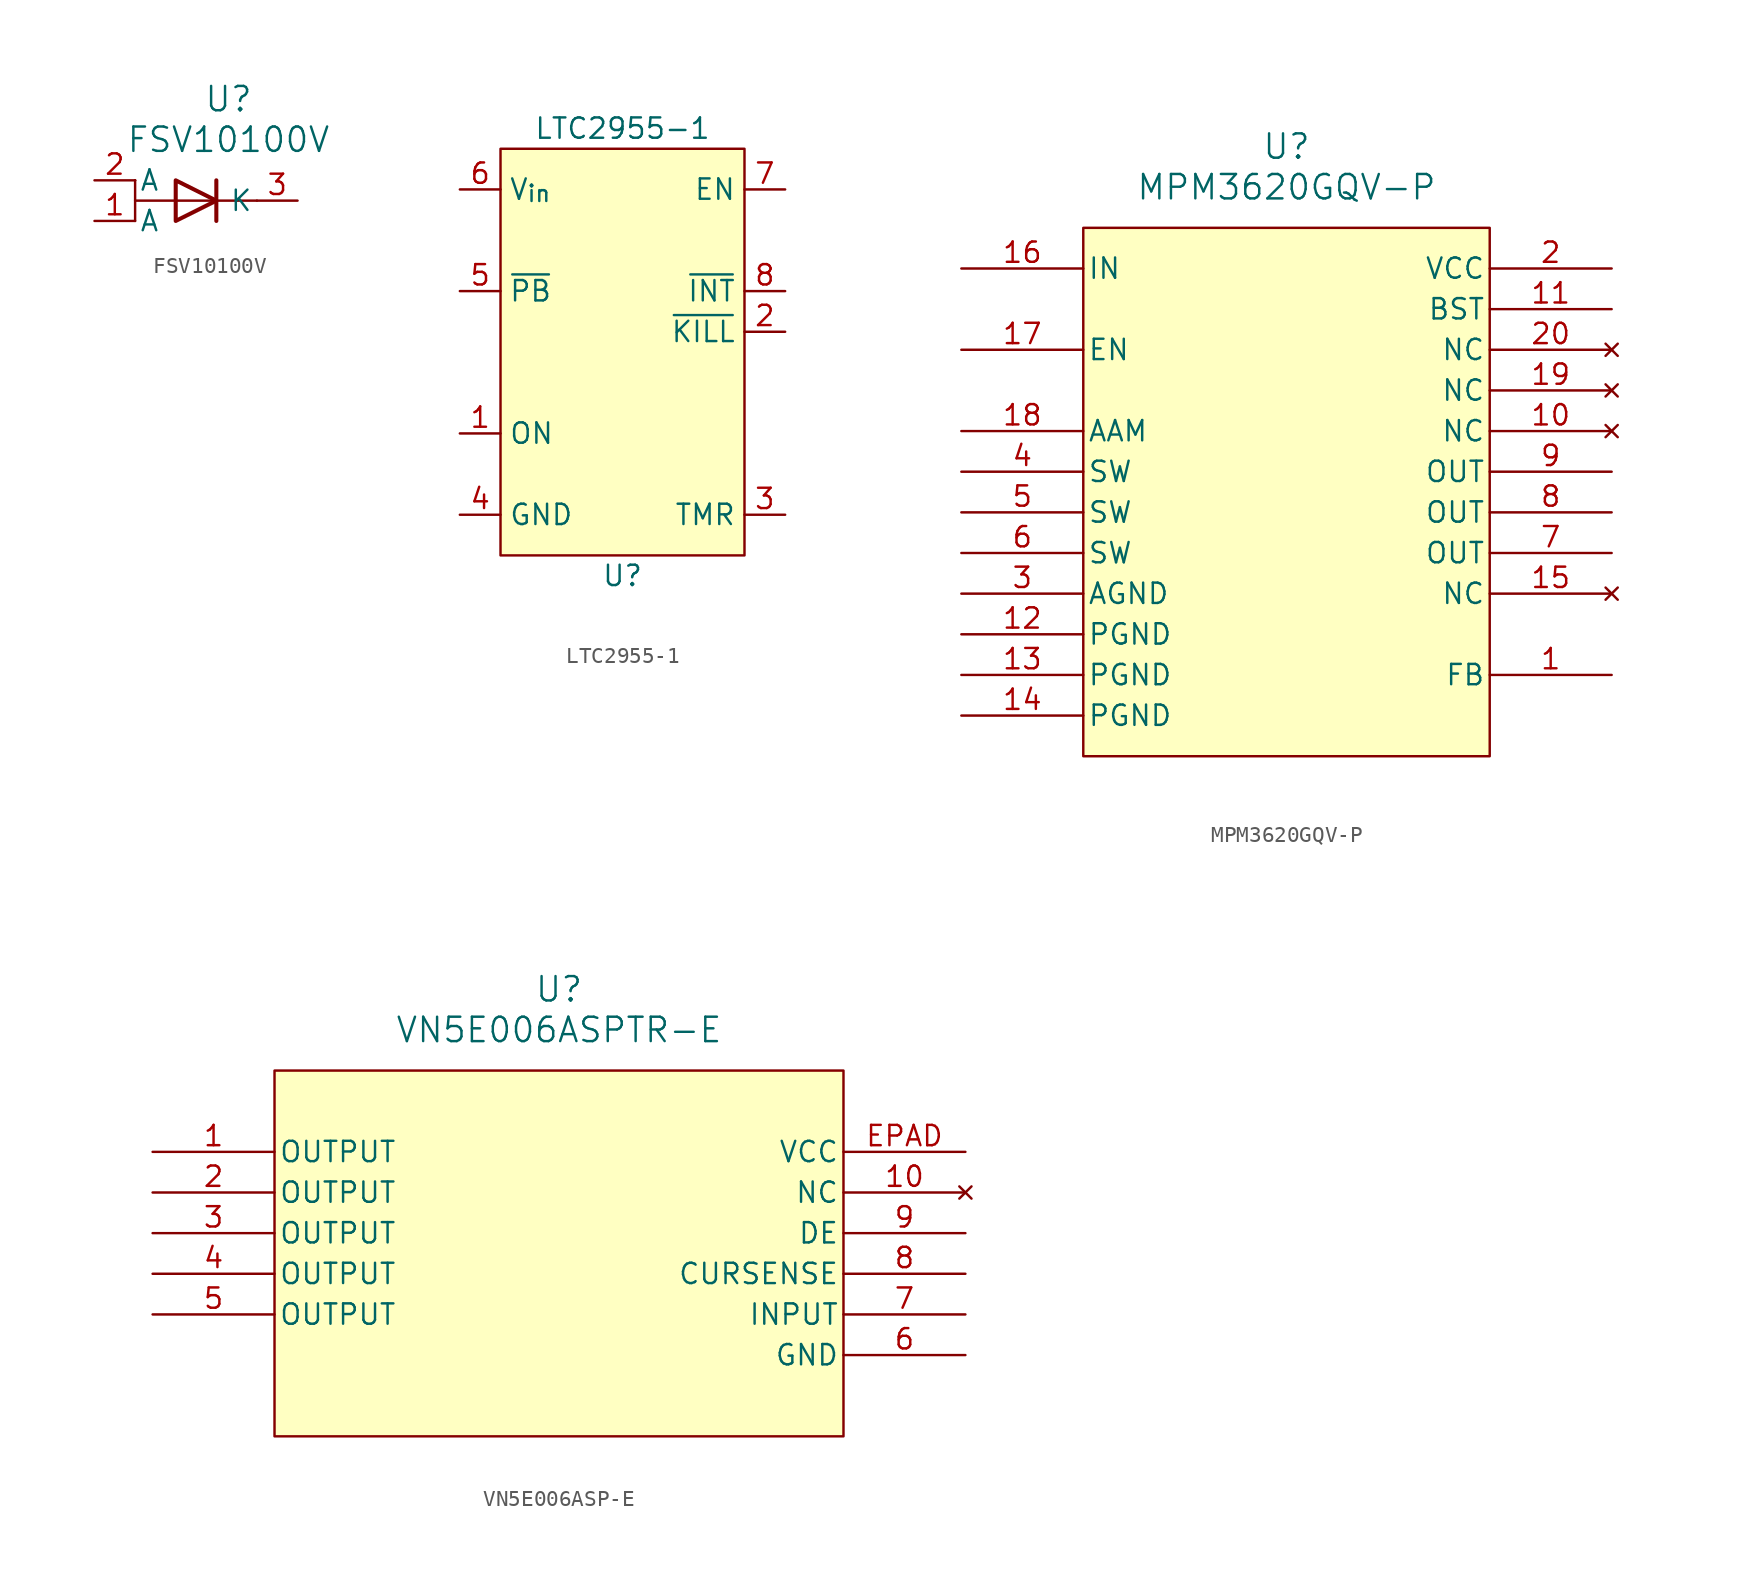
<source format=kicad_sym>
(kicad_symbol_lib
  (version 20231120)
  (generator "kicad_symbol_editor")
  (generator_version "8.0")
  (symbol "FSV10100V"
    (pin_names
      (offset 0.254))
    (property "Reference" "U"
      (at 8.382 7.62 0)
      (effects (font (size 1.524 1.524))))
    (property "Value" "FSV10100V"
      (at 8.382 5.08 0)
      (effects (font (size 1.524 1.524))))
    (symbol "FSV10100V_0_1"
      (polyline (pts (xy 2.54 1.27) (xy 5.08 1.27)) (stroke (width 0) (type default)) (fill (type none)))
      (polyline (pts (xy 2.54 2.54) (xy 2.54 0)) (stroke (width 0) (type default)) (fill (type none)))
      (polyline (pts (xy 2.54 2.54) (xy 2.54 2.54)) (stroke (width 0) (type default)) (fill (type none)))
      (polyline (pts (xy 5.08 1.27) (xy 7.62 1.27)) (stroke (width 0) (type default)) (fill (type none)))
      (polyline (pts (xy 7.62 2.54) (xy 7.62 0)) (stroke (width 0.254) (type default)) (fill (type none)))
      (polyline (pts (xy 10.16 1.27) (xy 7.62 1.27)) (stroke (width 0) (type default)) (fill (type none)))
      (polyline (pts (xy 5.08 2.54) (xy 5.08 0) (xy 7.62 1.27) (xy 5.08 2.54)) (stroke (width 0.254) (type default)) (fill (type none))))
    (symbol "FSV10100V_1_1"
      (pin passive line (at 0 0 0) (length 2.54) (name "A" (effects (font (size 1.27 1.27)))) (number "1" (effects (font (size 1.27 1.27)))))
      (pin passive line (at 0 2.54 0) (length 2.54) (name "A" (effects (font (size 1.27 1.27)))) (number "2" (effects (font (size 1.27 1.27)))))
      (pin passive line (at 12.7 1.27 180) (length 2.54) (name "K" (effects (font (size 1.27 1.27)))) (number "3" (effects (font (size 1.27 1.27)))))))
  (symbol "LTC2955-1"
    (property "Reference" "U"
      (at 0 -13.97 0)
      (effects (font (size 1.27 1.27))))
    (property "Value" "LTC2955-1"
      (at 0 13.97 0)
      (effects (font (size 1.27 1.27))))
    (symbol "LTC2955-1_1_1"
      (rectangle (start -7.62 12.7) (end 7.62 -12.7) (stroke (width 0) (type default)) (fill (type background)))
      (pin input line (at -10.16 -5.08 0) (length 2.54) (name "ON" (effects (font (size 1.27 1.27)))) (number "1" (effects (font (size 1.27 1.27)))))
      (pin input line (at 10.16 1.27 180) (length 2.54) (name "~{KILL}" (effects (font (size 1.27 1.27)))) (number "2" (effects (font (size 1.27 1.27)))))
      (pin bidirectional line (at 10.16 -10.16 180) (length 2.54) (name "TMR" (effects (font (size 1.27 1.27)))) (number "3" (effects (font (size 1.27 1.27)))))
      (pin power_in line (at -10.16 -10.16 0) (length 2.54) (name "GND" (effects (font (size 1.27 1.27)))) (number "4" (effects (font (size 1.27 1.27)))))
      (pin input line (at -10.16 3.81 0) (length 2.54) (name "~{PB}" (effects (font (size 1.27 1.27)))) (number "5" (effects (font (size 1.27 1.27)))))
      (pin power_in line (at -10.16 10.16 0) (length 2.54) (name "V_{in}" (effects (font (size 1.27 1.27)))) (number "6" (effects (font (size 1.27 1.27)))))
      (pin power_out line (at 10.16 10.16 180) (length 2.54) (name "EN" (effects (font (size 1.27 1.27)))) (number "7" (effects (font (size 1.27 1.27)))))
      (pin output line (at 10.16 3.81 180) (length 2.54) (name "~{INT}" (effects (font (size 1.27 1.27)))) (number "8" (effects (font (size 1.27 1.27)))))))
  (symbol "MPM3620GQV-P"
    (pin_names
      (offset 0.254))
    (property "Reference" "U"
      (at 20.32 10.16 0)
      (effects (font (size 1.524 1.524))))
    (property "Value" "MPM3620GQV-P"
      (at 20.32 7.62 0)
      (effects (font (size 1.524 1.524))))
    (symbol "MPM3620GQV-P_1_1"
      (rectangle (start 7.62 5.08) (end 33.02 -27.94) (stroke (width 0) (type default)) (fill (type background)))
      (pin unspecified line (at 40.64 -22.86 180) (length 7.62) (name "FB" (effects (font (size 1.27 1.27)))) (number "1" (effects (font (size 1.27 1.27)))))
      (pin no_connect line (at 40.64 -7.62 180) (length 7.62) (name "NC" (effects (font (size 1.27 1.27)))) (number "10" (effects (font (size 1.27 1.27)))))
      (pin unspecified line (at 40.64 0 180) (length 7.62) (name "BST" (effects (font (size 1.27 1.27)))) (number "11" (effects (font (size 1.27 1.27)))))
      (pin power_out line (at 0 -20.32 0) (length 7.62) (name "PGND" (effects (font (size 1.27 1.27)))) (number "12" (effects (font (size 1.27 1.27)))))
      (pin power_out line (at 0 -22.86 0) (length 7.62) (name "PGND" (effects (font (size 1.27 1.27)))) (number "13" (effects (font (size 1.27 1.27)))))
      (pin power_out line (at 0 -25.4 0) (length 7.62) (name "PGND" (effects (font (size 1.27 1.27)))) (number "14" (effects (font (size 1.27 1.27)))))
      (pin no_connect line (at 40.64 -17.78 180) (length 7.62) (name "NC" (effects (font (size 1.27 1.27)))) (number "15" (effects (font (size 1.27 1.27)))))
      (pin power_in line (at 0 2.54 0) (length 7.62) (name "IN" (effects (font (size 1.27 1.27)))) (number "16" (effects (font (size 1.27 1.27)))))
      (pin unspecified line (at 0 -2.54 0) (length 7.62) (name "EN" (effects (font (size 1.27 1.27)))) (number "17" (effects (font (size 1.27 1.27)))))
      (pin unspecified line (at 0 -7.62 0) (length 7.62) (name "AAM" (effects (font (size 1.27 1.27)))) (number "18" (effects (font (size 1.27 1.27)))))
      (pin no_connect line (at 40.64 -5.08 180) (length 7.62) (name "NC" (effects (font (size 1.27 1.27)))) (number "19" (effects (font (size 1.27 1.27)))))
      (pin power_in line (at 40.64 2.54 180) (length 7.62) (name "VCC" (effects (font (size 1.27 1.27)))) (number "2" (effects (font (size 1.27 1.27)))))
      (pin no_connect line (at 40.64 -2.54 180) (length 7.62) (name "NC" (effects (font (size 1.27 1.27)))) (number "20" (effects (font (size 1.27 1.27)))))
      (pin power_out line (at 0 -17.78 0) (length 7.62) (name "AGND" (effects (font (size 1.27 1.27)))) (number "3" (effects (font (size 1.27 1.27)))))
      (pin output line (at 0 -10.16 0) (length 7.62) (name "SW" (effects (font (size 1.27 1.27)))) (number "4" (effects (font (size 1.27 1.27)))))
      (pin output line (at 0 -12.7 0) (length 7.62) (name "SW" (effects (font (size 1.27 1.27)))) (number "5" (effects (font (size 1.27 1.27)))))
      (pin output line (at 0 -15.24 0) (length 7.62) (name "SW" (effects (font (size 1.27 1.27)))) (number "6" (effects (font (size 1.27 1.27)))))
      (pin output line (at 40.64 -15.24 180) (length 7.62) (name "OUT" (effects (font (size 1.27 1.27)))) (number "7" (effects (font (size 1.27 1.27)))))
      (pin output line (at 40.64 -12.7 180) (length 7.62) (name "OUT" (effects (font (size 1.27 1.27)))) (number "8" (effects (font (size 1.27 1.27)))))
      (pin output line (at 40.64 -10.16 180) (length 7.62) (name "OUT" (effects (font (size 1.27 1.27)))) (number "9" (effects (font (size 1.27 1.27)))))))
  (symbol "VN5E006ASP-E"
    (pin_names
      (offset 0.254))
    (property "Reference" "U"
      (at 25.4 10.16 0)
      (effects (font (size 1.524 1.524))))
    (property "Value" "VN5E006ASPTR-E"
      (at 25.4 7.62 0)
      (effects (font (size 1.524 1.524))))
    (symbol "VN5E006ASP-E_0_1"
      (pin output line (at 0 0 0) (length 7.62) (name "OUTPUT" (effects (font (size 1.27 1.27)))) (number "1" (effects (font (size 1.27 1.27)))))
      (pin no_connect line (at 50.8 -2.54 180) (length 7.62) (name "NC" (effects (font (size 1.27 1.27)))) (number "10" (effects (font (size 1.27 1.27)))))
      (pin output line (at 0 -2.54 0) (length 7.62) (name "OUTPUT" (effects (font (size 1.27 1.27)))) (number "2" (effects (font (size 1.27 1.27)))))
      (pin output line (at 0 -5.08 0) (length 7.62) (name "OUTPUT" (effects (font (size 1.27 1.27)))) (number "3" (effects (font (size 1.27 1.27)))))
      (pin output line (at 0 -7.62 0) (length 7.62) (name "OUTPUT" (effects (font (size 1.27 1.27)))) (number "4" (effects (font (size 1.27 1.27)))))
      (pin output line (at 0 -10.16 0) (length 7.62) (name "OUTPUT" (effects (font (size 1.27 1.27)))) (number "5" (effects (font (size 1.27 1.27)))))
      (pin power_out line (at 50.8 -12.7 180) (length 7.62) (name "GND" (effects (font (size 1.27 1.27)))) (number "6" (effects (font (size 1.27 1.27)))))
      (pin input line (at 50.8 -10.16 180) (length 7.62) (name "INPUT" (effects (font (size 1.27 1.27)))) (number "7" (effects (font (size 1.27 1.27)))))
      (pin unspecified line (at 50.8 -7.62 180) (length 7.62) (name "CURSENSE" (effects (font (size 1.27 1.27)))) (number "8" (effects (font (size 1.27 1.27)))))
      (pin unspecified line (at 50.8 -5.08 180) (length 7.62) (name "DE" (effects (font (size 1.27 1.27)))) (number "9" (effects (font (size 1.27 1.27)))))
      (pin power_in line (at 50.8 0 180) (length 7.62) (name "VCC" (effects (font (size 1.27 1.27)))) (number "EPAD" (effects (font (size 1.27 1.27))))))
    (symbol "VN5E006ASP-E_1_1"
      (rectangle (start 7.62 5.08) (end 43.18 -17.78) (stroke (width 0) (type default)) (fill (type background))))))
</source>
